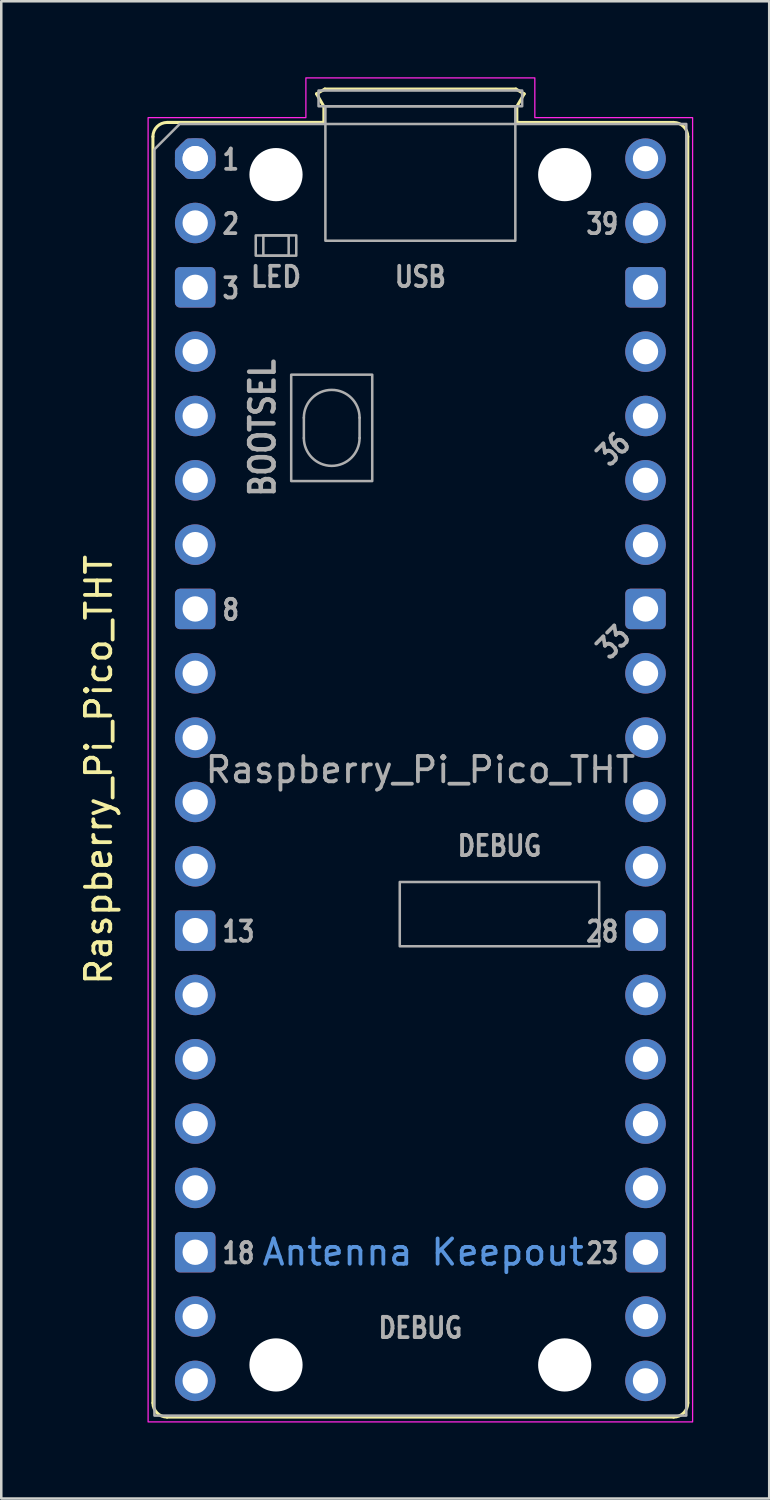
<source format=kicad_pcb>
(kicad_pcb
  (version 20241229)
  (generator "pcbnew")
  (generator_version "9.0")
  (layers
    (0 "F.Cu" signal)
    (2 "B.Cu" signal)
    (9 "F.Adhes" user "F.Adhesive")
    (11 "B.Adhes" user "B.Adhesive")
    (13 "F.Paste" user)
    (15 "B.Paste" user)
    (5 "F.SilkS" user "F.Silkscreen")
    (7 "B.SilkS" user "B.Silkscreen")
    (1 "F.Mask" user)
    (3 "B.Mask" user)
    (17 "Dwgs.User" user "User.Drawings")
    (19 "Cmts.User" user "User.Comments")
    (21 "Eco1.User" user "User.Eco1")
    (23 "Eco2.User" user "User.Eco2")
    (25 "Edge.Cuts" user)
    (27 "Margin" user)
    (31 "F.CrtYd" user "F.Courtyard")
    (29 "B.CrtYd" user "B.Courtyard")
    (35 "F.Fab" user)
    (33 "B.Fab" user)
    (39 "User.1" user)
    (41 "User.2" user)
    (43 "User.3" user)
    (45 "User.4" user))
  (footprint "Raspberry_Pi_Pico_THT"
    (layer "F.Cu")
    (at 4.658 3.215)
    (property "Reference" "Raspberry_Pi_Pico_THT" (at -3.81 24.13 270) (layer "F.SilkS") (effects (font (size 1 1) (thickness 0.15))))
    (attr through_hole)
    (fp_line (start -1.67 -0.87) (end -1.67 49.13) (stroke (width 0.12) (type solid)) (layer "F.SilkS"))
    (fp_line (start -1.11 -1.43) (end 5.08 -1.43) (stroke (width 0.12) (type solid)) (layer "F.SilkS"))
    (fp_line (start -1.11 49.69) (end 18.89 49.69) (stroke (width 0.12) (type solid)) (layer "F.SilkS"))
    (fp_line (start 4.79 -2.56) (end 5.12 -2.75) (stroke (width 0.12) (type solid)) (layer "F.SilkS"))
    (fp_line (start 5.08 -2.06) (end 4.79 -2.56) (stroke (width 0.12) (type solid)) (layer "F.SilkS"))
    (fp_line (start 5.08 -1.43) (end -1.11 -1.43) (stroke (width 0.12) (type solid)) (layer "F.SilkS"))
    (fp_line (start 5.08 -1.43) (end 5.08 -2.06) (stroke (width 0.12) (type solid)) (layer "F.SilkS"))
    (fp_line (start 5.12 -2.75) (end 12.66 -2.75) (stroke (width 0.12) (type solid)) (layer "F.SilkS"))
    (fp_line (start 12.66 -2.75) (end 12.99 -2.56) (stroke (width 0.12) (type solid)) (layer "F.SilkS"))
    (fp_line (start 12.7 -2.06) (end 12.7 -1.43) (stroke (width 0.12) (type solid)) (layer "F.SilkS"))
    (fp_line (start 12.99 -2.56) (end 12.7 -2.06) (stroke (width 0.12) (type solid)) (layer "F.SilkS"))
    (fp_line (start 18.89 -1.43) (end 12.7 -1.43) (stroke (width 0.12) (type solid)) (layer "F.SilkS"))
    (fp_line (start 19.45 -0.87) (end 19.45 49.13) (stroke (width 0.12) (type solid)) (layer "F.SilkS"))
    (fp_arc (start -1.67 -0.87) (mid -1.50598 -1.26598) (end -1.11 -1.43) (stroke (width 0.12) (type solid)) (layer "F.SilkS"))
    (fp_arc (start -1.11 49.69) (mid -1.50598 49.52598) (end -1.67 49.13) (stroke (width 0.12) (type solid)) (layer "F.SilkS"))
    (fp_arc (start 18.89 -1.43) (mid 19.28598 -1.26598) (end 19.45 -0.87) (stroke (width 0.12) (type solid)) (layer "F.SilkS"))
    (fp_arc (start 19.45 49.13) (mid 19.28598 49.52598) (end 18.89 49.69) (stroke (width 0.12) (type solid)) (layer "F.SilkS"))
    (fp_poly (pts (xy 13.41 -1.62) (xy 19.64 -1.62) (xy 19.64 49.88) (xy -1.86 49.88) (xy -1.86 -1.62) (xy 4.37 -1.62) (xy 4.37 -3.19) (xy 13.41 -3.19)) (stroke (width 0.05) (type solid)) (fill no) (layer "F.CrtYd"))
    (fp_line (start 4.29 10.23) (end 4.29 11.03) (stroke (width 0.1) (type solid)) (layer "F.Fab"))
    (fp_line (start 6.49 10.23) (end 6.49 11.03) (stroke (width 0.1) (type solid)) (layer "F.Fab"))
    (fp_rect (start 2.39 3.03) (end 3.99 3.83) (stroke (width 0.1) (type solid)) (fill no) (layer "F.Fab"))
    (fp_rect (start 2.69 3.03) (end 3.69 3.83) (stroke (width 0.1) (type solid)) (fill no) (layer "F.Fab"))
    (fp_rect (start 3.79 8.53) (end 6.99 12.73) (stroke (width 0.1) (type solid)) (fill no) (layer "F.Fab"))
    (fp_rect (start 4.87 -2.69) (end 12.91 -2.07) (stroke (width 0.1) (type solid)) (fill no) (layer "F.Fab"))
    (fp_rect (start 5.14 -2.07) (end 12.64 3.24) (stroke (width 0.1) (type solid)) (fill no) (layer "F.Fab"))
    (fp_rect (start 8.077 28.56) (end 15.951 31.1) (stroke (width 0.1) (type solid)) (fill no) (layer "F.Fab"))
    (fp_arc (start 4.29 10.23) (mid 5.39 9.13) (end 6.49 10.23) (stroke (width 0.1) (type solid)) (layer "F.Fab"))
    (fp_arc (start 6.49 11.03) (mid 5.39 12.13) (end 4.29 11.03) (stroke (width 0.1) (type solid)) (layer "F.Fab"))
    (fp_poly (pts (xy 19.39 49.63) (xy -1.61 49.63) (xy -1.61 -0.37) (xy -0.61 -1.37) (xy 19.39 -1.37)) (stroke (width 0.1) (type solid)) (fill no) (layer "F.Fab"))
    (fp_text user "Antenna Keepout" (at 9 43.18 0) (unlocked yes) (layer "Cmts.User") (effects (font (size 1 1) (thickness 0.15))))
    (fp_text user "DEBUG" (at 8.89 46.168 0) (unlocked yes) (layer "F.Fab") (effects (font (size 0.8 0.66) (thickness 0.15))))
    (fp_text user "18" (at 1 43.218 0) (unlocked yes) (layer "F.Fab") (effects (font (size 0.8 0.64) (thickness 0.15)) (justify left)))
    (fp_text user "8" (at 1 17.818 0) (unlocked yes) (layer "F.Fab") (effects (font (size 0.8 0.64) (thickness 0.15)) (justify left)))
    (fp_text user "DEBUG" (at 12.014 27.138 0) (unlocked yes) (layer "F.Fab") (effects (font (size 0.8 0.66) (thickness 0.15))))
    (fp_text user "23" (at 16.78 43.218 0) (unlocked yes) (layer "F.Fab") (effects (font (size 0.8 0.64) (thickness 0.15)) (justify right)))
    (fp_text user "39" (at 16.78 2.578 0) (unlocked yes) (layer "F.Fab") (effects (font (size 0.8 0.64) (thickness 0.15)) (justify right)))
    (fp_text user "${REFERENCE}" (at 8.89 24.13 0) (unlocked yes) (layer "F.Fab") (effects (font (size 1 1) (thickness 0.15))))
    (fp_text user "LED" (at 3.19 4.668 0) (unlocked yes) (layer "F.Fab") (effects (font (size 0.8 0.72) (thickness 0.15))))
    (fp_text user "3" (at 1 5.118 0) (unlocked yes) (layer "F.Fab") (effects (font (size 0.8 0.64) (thickness 0.15)) (justify left)))
    (fp_text user "2" (at 1 2.578 0) (unlocked yes) (layer "F.Fab") (effects (font (size 0.8 0.64) (thickness 0.15)) (justify left)))
    (fp_text user "28" (at 16.78 30.518 0) (unlocked yes) (layer "F.Fab") (effects (font (size 0.8 0.64) (thickness 0.15)) (justify right)))
    (fp_text user "BOOTSEL" (at 2.656 10.63 90) (unlocked yes) (layer "F.Fab") (effects (font (size 0.96 0.825) (thickness 0.18))))
    (fp_text user "USB" (at 8.89 4.668 0) (unlocked yes) (layer "F.Fab") (effects (font (size 0.8 0.66) (thickness 0.15))))
    (fp_text user "13" (at 1 30.518 0) (unlocked yes) (layer "F.Fab") (effects (font (size 0.8 0.64) (thickness 0.15)) (justify left)))
    (fp_text user "1" (at 1 0.038 0) (unlocked yes) (layer "F.Fab") (effects (font (size 0.8 0.64) (thickness 0.15)) (justify left)))
    (fp_text user "33" (at 16.51 19.088 45) (unlocked yes) (layer "F.Fab") (effects (font (size 0.8 0.64) (thickness 0.15))))
    (fp_text user "36" (at 16.51 11.468 45) (unlocked yes) (layer "F.Fab") (effects (font (size 0.8 0.64) (thickness 0.15))))
    (pad "" np_thru_hole circle (at 3.19 0.63) (size 2.1 2.1) (drill 2.1) (layers "*.Cu" "*.Mask"))
    (pad "" np_thru_hole circle (at 3.19 47.63) (size 2.1 2.1) (drill 2.1) (layers "*.Cu" "*.Mask"))
    (pad "" np_thru_hole circle (at 14.59 0.63) (size 2.1 2.1) (drill 2.1) (layers "*.Cu" "*.Mask"))
    (pad "" np_thru_hole circle (at 14.59 47.63) (size 2.1 2.1) (drill 2.1) (layers "*.Cu" "*.Mask"))
    (pad "1" thru_hole circle (at 0 0) (size 1.6 1.6) (drill 1) (layers "*.Cu" "*.Mask"))
    (pad "1" thru_hole custom (at 0 0) (size 1.6 1.6) (drill 1) (layers "*.Cu" "*.Mask") (options (anchor circle)) (primitives (gr_poly (pts (xy 0.6 0.249) (xy 0.249 0.6) (xy -0.249 0.6) (xy -0.6 0.249) (xy -0.6 -0.249) (xy -0.249 -0.6) (xy 0.249 -0.6) (xy 0.6 -0.249)) (width 0.4) (fill yes))))
    (pad "2" thru_hole circle (at 0 2.54) (size 1.6 1.6) (drill 1) (layers "*.Cu" "*.Mask"))
    (pad "3" thru_hole roundrect (at 0 5.08) (size 1.6 1.6) (drill 1) (layers "*.Cu" "*.Mask") (roundrect_rratio 0.125))
    (pad "4" thru_hole circle (at 0 7.62) (size 1.6 1.6) (drill 1) (layers "*.Cu" "*.Mask"))
    (pad "5" thru_hole circle (at 0 10.16) (size 1.6 1.6) (drill 1) (layers "*.Cu" "*.Mask"))
    (pad "6" thru_hole circle (at 0 12.7) (size 1.6 1.6) (drill 1) (layers "*.Cu" "*.Mask"))
    (pad "7" thru_hole circle (at 0 15.24) (size 1.6 1.6) (drill 1) (layers "*.Cu" "*.Mask"))
    (pad "8" thru_hole roundrect (at 0 17.78) (size 1.6 1.6) (drill 1) (layers "*.Cu" "*.Mask") (roundrect_rratio 0.125))
    (pad "9" thru_hole circle (at 0 20.32) (size 1.6 1.6) (drill 1) (layers "*.Cu" "*.Mask"))
    (pad "10" thru_hole circle (at 0 22.86) (size 1.6 1.6) (drill 1) (layers "*.Cu" "*.Mask"))
    (pad "11" thru_hole circle (at 0 25.4) (size 1.6 1.6) (drill 1) (layers "*.Cu" "*.Mask"))
    (pad "12" thru_hole circle (at 0 27.94) (size 1.6 1.6) (drill 1) (layers "*.Cu" "*.Mask"))
    (pad "13" thru_hole roundrect (at 0 30.48) (size 1.6 1.6) (drill 1) (layers "*.Cu" "*.Mask") (roundrect_rratio 0.125))
    (pad "14" thru_hole circle (at 0 33.02) (size 1.6 1.6) (drill 1) (layers "*.Cu" "*.Mask"))
    (pad "15" thru_hole circle (at 0 35.56) (size 1.6 1.6) (drill 1) (layers "*.Cu" "*.Mask"))
    (pad "16" thru_hole circle (at 0 38.1) (size 1.6 1.6) (drill 1) (layers "*.Cu" "*.Mask"))
    (pad "17" thru_hole circle (at 0 40.64) (size 1.6 1.6) (drill 1) (layers "*.Cu" "*.Mask"))
    (pad "18" thru_hole roundrect (at 0 43.18) (size 1.6 1.6) (drill 1) (layers "*.Cu" "*.Mask") (roundrect_rratio 0.125))
    (pad "19" thru_hole circle (at 0 45.72) (size 1.6 1.6) (drill 1) (layers "*.Cu" "*.Mask"))
    (pad "20" thru_hole circle (at 0 48.26) (size 1.6 1.6) (drill 1) (layers "*.Cu" "*.Mask"))
    (pad "21" thru_hole circle (at 17.78 48.26) (size 1.6 1.6) (drill 1) (layers "*.Cu" "*.Mask"))
    (pad "22" thru_hole circle (at 17.78 45.72) (size 1.6 1.6) (drill 1) (layers "*.Cu" "*.Mask"))
    (pad "23" thru_hole roundrect (at 17.78 43.18) (size 1.6 1.6) (drill 1) (layers "*.Cu" "*.Mask") (roundrect_rratio 0.125))
    (pad "24" thru_hole circle (at 17.78 40.64) (size 1.6 1.6) (drill 1) (layers "*.Cu" "*.Mask"))
    (pad "25" thru_hole circle (at 17.78 38.1) (size 1.6 1.6) (drill 1) (layers "*.Cu" "*.Mask"))
    (pad "26" thru_hole circle (at 17.78 35.56) (size 1.6 1.6) (drill 1) (layers "*.Cu" "*.Mask"))
    (pad "27" thru_hole circle (at 17.78 33.02) (size 1.6 1.6) (drill 1) (layers "*.Cu" "*.Mask"))
    (pad "28" thru_hole roundrect (at 17.78 30.48) (size 1.6 1.6) (drill 1) (layers "*.Cu" "*.Mask") (roundrect_rratio 0.125))
    (pad "29" thru_hole circle (at 17.78 27.94) (size 1.6 1.6) (drill 1) (layers "*.Cu" "*.Mask"))
    (pad "30" thru_hole circle (at 17.78 25.4) (size 1.6 1.6) (drill 1) (layers "*.Cu" "*.Mask"))
    (pad "31" thru_hole circle (at 17.78 22.86) (size 1.6 1.6) (drill 1) (layers "*.Cu" "*.Mask"))
    (pad "32" thru_hole circle (at 17.78 20.32) (size 1.6 1.6) (drill 1) (layers "*.Cu" "*.Mask"))
    (pad "33" thru_hole roundrect (at 17.78 17.78) (size 1.6 1.6) (drill 1) (layers "*.Cu" "*.Mask") (roundrect_rratio 0.125))
    (pad "34" thru_hole circle (at 17.78 15.24) (size 1.6 1.6) (drill 1) (layers "*.Cu" "*.Mask"))
    (pad "35" thru_hole circle (at 17.78 12.7) (size 1.6 1.6) (drill 1) (layers "*.Cu" "*.Mask"))
    (pad "36" thru_hole circle (at 17.78 10.16) (size 1.6 1.6) (drill 1) (layers "*.Cu" "*.Mask"))
    (pad "37" thru_hole circle (at 17.78 7.62) (size 1.6 1.6) (drill 1) (layers "*.Cu" "*.Mask"))
    (pad "38" thru_hole roundrect (at 17.78 5.08) (size 1.6 1.6) (drill 1) (layers "*.Cu" "*.Mask") (roundrect_rratio 0.125))
    (pad "39" thru_hole circle (at 17.78 2.54) (size 1.6 1.6) (drill 1) (layers "*.Cu" "*.Mask"))
    (pad "40" thru_hole circle (at 17.78 0) (size 1.6 1.6) (drill 1) (layers "*.Cu" "*.Mask")))
  (gr_rect
    (start -3 -3)
    (end 27.323 56.12)
    (stroke (width 0.1) (type default))
    (fill no)
    (layer "Edge.Cuts")))
</source>
